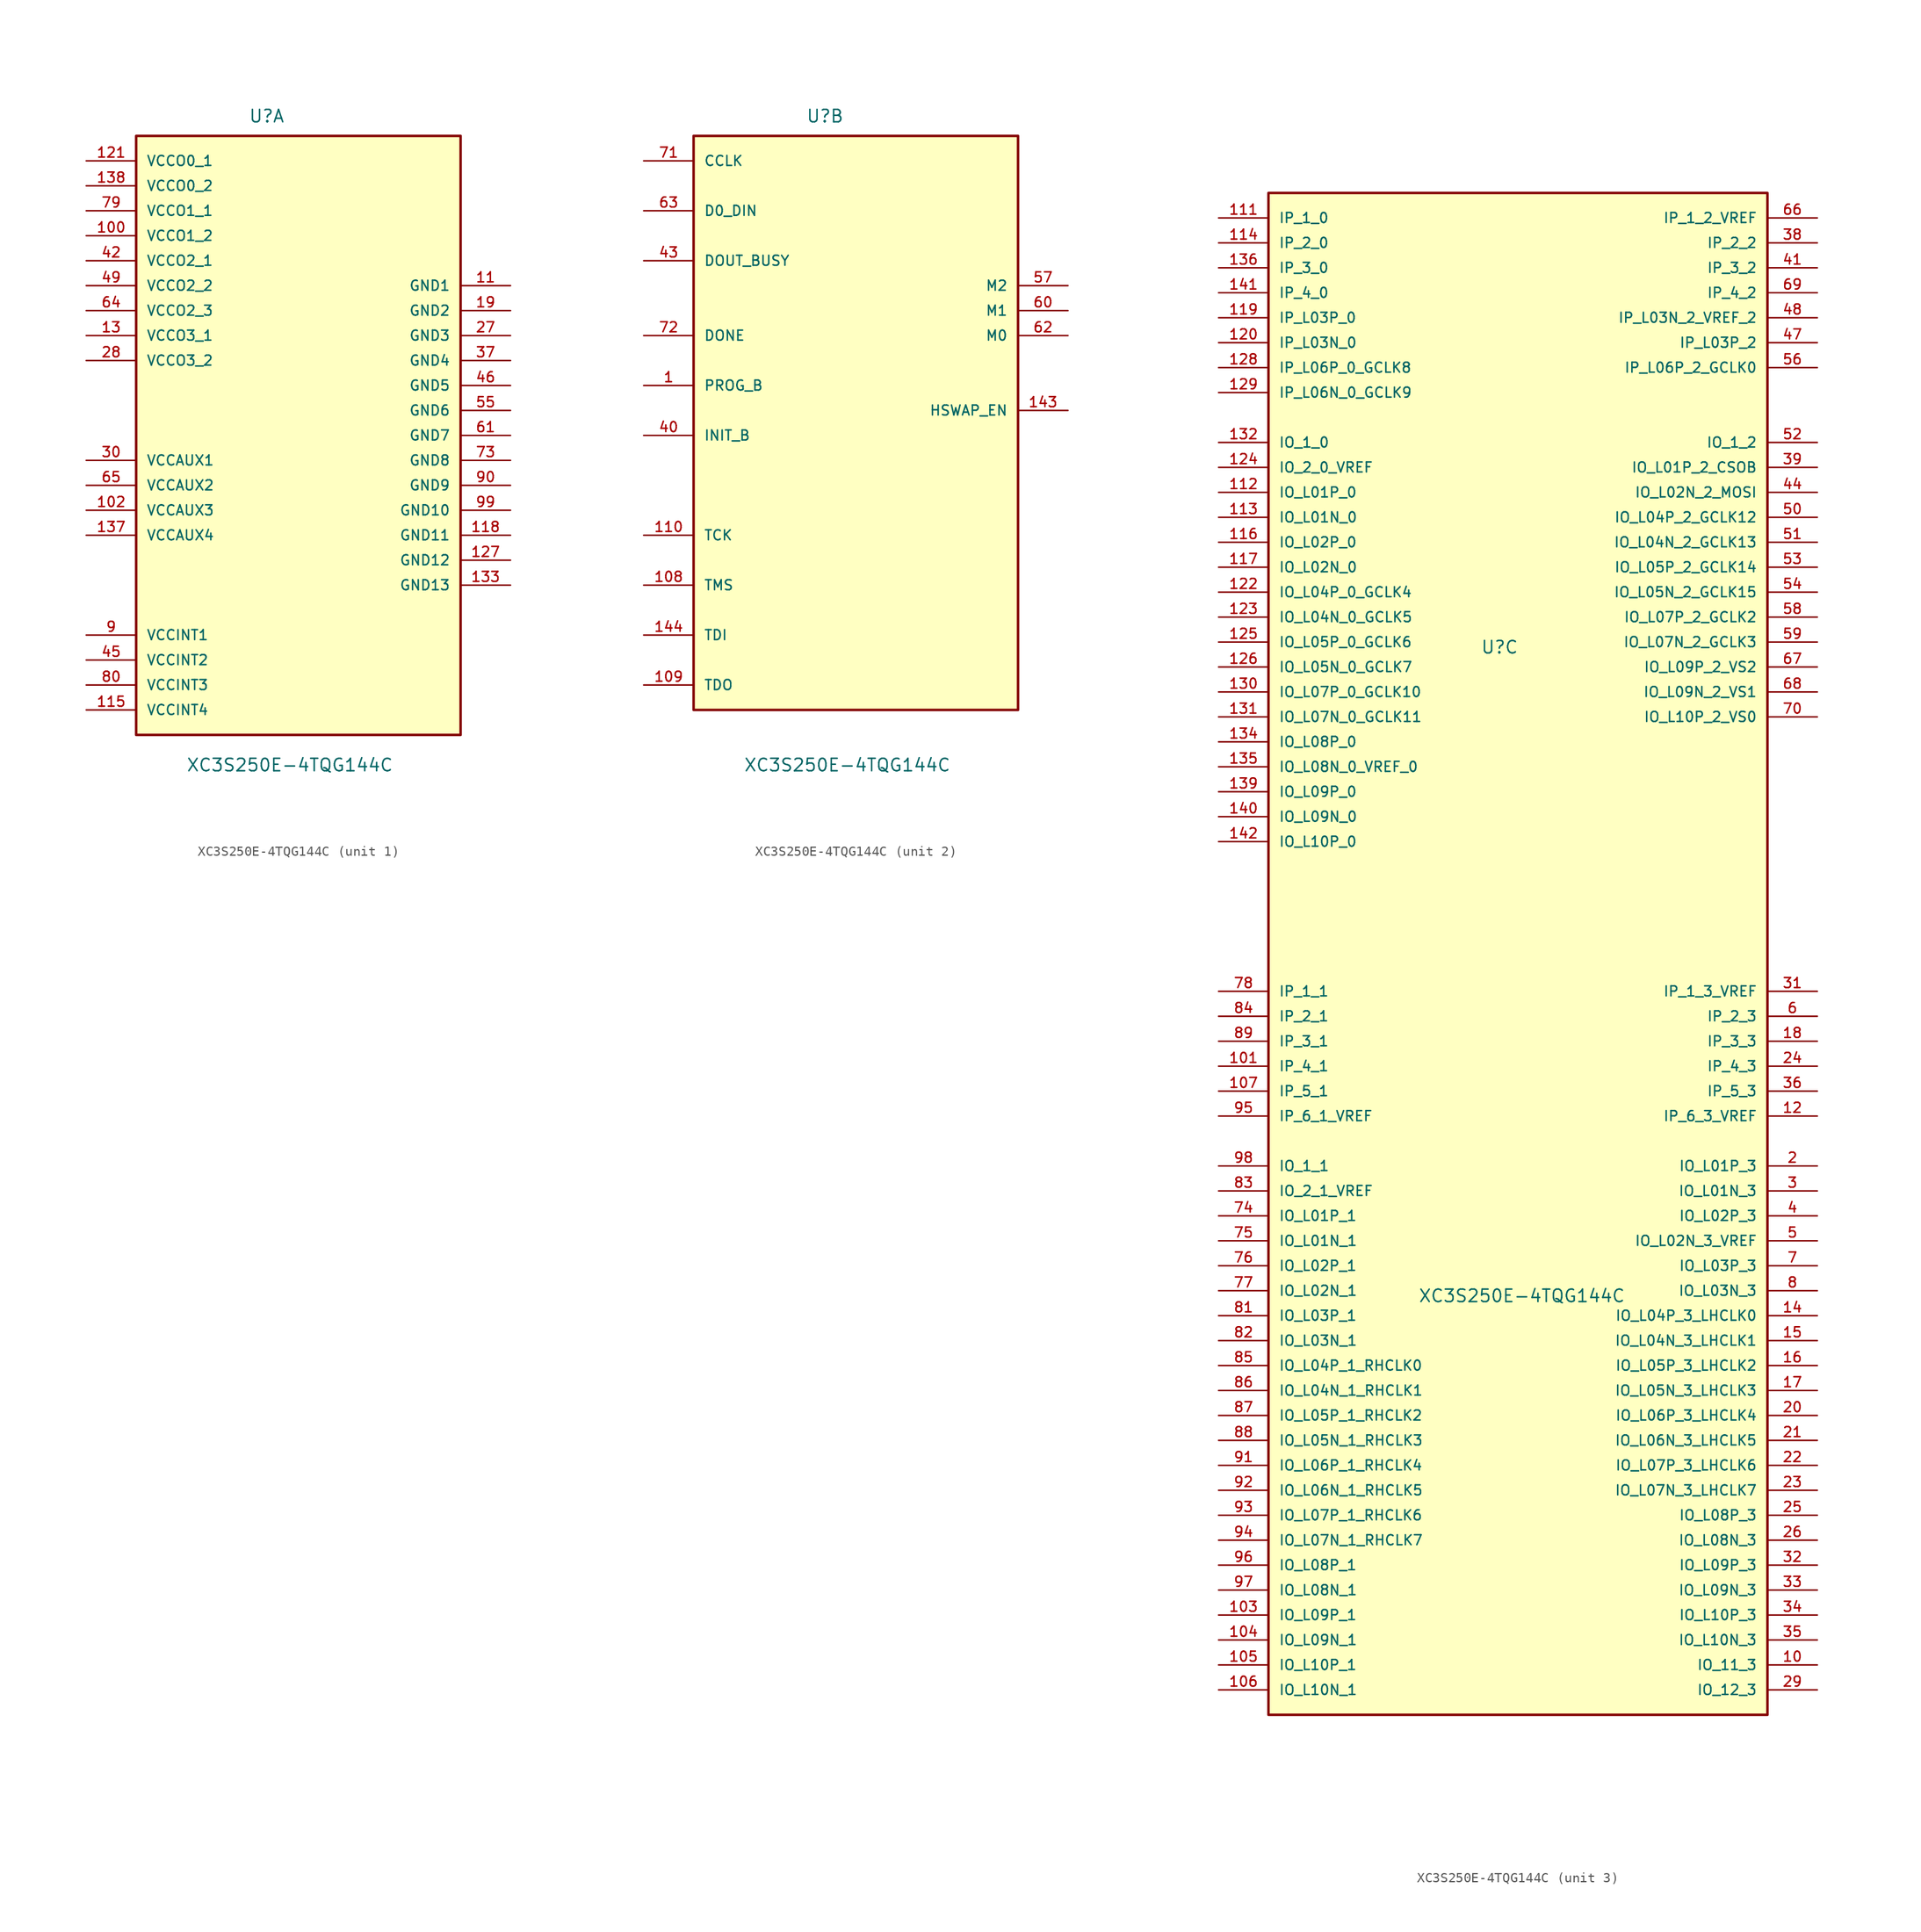
<source format=kicad_sym>
(kicad_symbol_lib
  (version 20211014)
  (generator kicad_symbol_editor)
  (symbol "XC3S250E-4TQG144C"
    (pin_names
      (offset 1.016))
    (property "Reference" "U"
      (at -3.81 31.75 0)
      (effects (font (size 1.27 1.27)) (justify left bottom)))
    (property "Value" "XC3S250E-4TQG144C"
      (at -10.16 -34.29 0)
      (effects (font (size 1.27 1.27)) (justify left bottom)))
    (property "ki_locked" ""
      (at 0 0 0)
      (effects (font (size 1.27 1.27))))
    (symbol "XC3S250E-4TQG144C_1_0"
      (rectangle (start -15.24 -30.48) (end 17.78 30.48) (stroke (width 0.254) (type default) (color 0 0 0 0)) (fill (type background)))
      (pin power_in line (at -20.32 20.32 0) (length 5.08) (name "VCCO1_2" (effects (font (size 1.016 1.016)))) (number "100" (effects (font (size 1.016 1.016)))))
      (pin power_in line (at -20.32 -7.62 0) (length 5.08) (name "VCCAUX3" (effects (font (size 1.016 1.016)))) (number "102" (effects (font (size 1.016 1.016)))))
      (pin power_in line (at 22.86 15.24 180) (length 5.08) (name "GND1" (effects (font (size 1.016 1.016)))) (number "11" (effects (font (size 1.016 1.016)))))
      (pin power_in line (at -20.32 -27.94 0) (length 5.08) (name "VCCINT4" (effects (font (size 1.016 1.016)))) (number "115" (effects (font (size 1.016 1.016)))))
      (pin power_in line (at 22.86 -10.16 180) (length 5.08) (name "GND11" (effects (font (size 1.016 1.016)))) (number "118" (effects (font (size 1.016 1.016)))))
      (pin power_in line (at -20.32 27.94 0) (length 5.08) (name "VCCO0_1" (effects (font (size 1.016 1.016)))) (number "121" (effects (font (size 1.016 1.016)))))
      (pin power_in line (at 22.86 -12.7 180) (length 5.08) (name "GND12" (effects (font (size 1.016 1.016)))) (number "127" (effects (font (size 1.016 1.016)))))
      (pin power_in line (at -20.32 10.16 0) (length 5.08) (name "VCCO3_1" (effects (font (size 1.016 1.016)))) (number "13" (effects (font (size 1.016 1.016)))))
      (pin power_in line (at 22.86 -15.24 180) (length 5.08) (name "GND13" (effects (font (size 1.016 1.016)))) (number "133" (effects (font (size 1.016 1.016)))))
      (pin power_in line (at -20.32 -10.16 0) (length 5.08) (name "VCCAUX4" (effects (font (size 1.016 1.016)))) (number "137" (effects (font (size 1.016 1.016)))))
      (pin power_in line (at -20.32 25.4 0) (length 5.08) (name "VCCO0_2" (effects (font (size 1.016 1.016)))) (number "138" (effects (font (size 1.016 1.016)))))
      (pin power_in line (at 22.86 12.7 180) (length 5.08) (name "GND2" (effects (font (size 1.016 1.016)))) (number "19" (effects (font (size 1.016 1.016)))))
      (pin power_in line (at 22.86 10.16 180) (length 5.08) (name "GND3" (effects (font (size 1.016 1.016)))) (number "27" (effects (font (size 1.016 1.016)))))
      (pin power_in line (at -20.32 7.62 0) (length 5.08) (name "VCCO3_2" (effects (font (size 1.016 1.016)))) (number "28" (effects (font (size 1.016 1.016)))))
      (pin power_in line (at -20.32 -2.54 0) (length 5.08) (name "VCCAUX1" (effects (font (size 1.016 1.016)))) (number "30" (effects (font (size 1.016 1.016)))))
      (pin power_in line (at 22.86 7.62 180) (length 5.08) (name "GND4" (effects (font (size 1.016 1.016)))) (number "37" (effects (font (size 1.016 1.016)))))
      (pin power_in line (at -20.32 17.78 0) (length 5.08) (name "VCCO2_1" (effects (font (size 1.016 1.016)))) (number "42" (effects (font (size 1.016 1.016)))))
      (pin power_in line (at -20.32 -22.86 0) (length 5.08) (name "VCCINT2" (effects (font (size 1.016 1.016)))) (number "45" (effects (font (size 1.016 1.016)))))
      (pin power_in line (at 22.86 5.08 180) (length 5.08) (name "GND5" (effects (font (size 1.016 1.016)))) (number "46" (effects (font (size 1.016 1.016)))))
      (pin power_in line (at -20.32 15.24 0) (length 5.08) (name "VCCO2_2" (effects (font (size 1.016 1.016)))) (number "49" (effects (font (size 1.016 1.016)))))
      (pin power_in line (at 22.86 2.54 180) (length 5.08) (name "GND6" (effects (font (size 1.016 1.016)))) (number "55" (effects (font (size 1.016 1.016)))))
      (pin power_in line (at 22.86 0 180) (length 5.08) (name "GND7" (effects (font (size 1.016 1.016)))) (number "61" (effects (font (size 1.016 1.016)))))
      (pin power_in line (at -20.32 12.7 0) (length 5.08) (name "VCCO2_3" (effects (font (size 1.016 1.016)))) (number "64" (effects (font (size 1.016 1.016)))))
      (pin power_in line (at -20.32 -5.08 0) (length 5.08) (name "VCCAUX2" (effects (font (size 1.016 1.016)))) (number "65" (effects (font (size 1.016 1.016)))))
      (pin power_in line (at 22.86 -2.54 180) (length 5.08) (name "GND8" (effects (font (size 1.016 1.016)))) (number "73" (effects (font (size 1.016 1.016)))))
      (pin power_in line (at -20.32 22.86 0) (length 5.08) (name "VCCO1_1" (effects (font (size 1.016 1.016)))) (number "79" (effects (font (size 1.016 1.016)))))
      (pin power_in line (at -20.32 -25.4 0) (length 5.08) (name "VCCINT3" (effects (font (size 1.016 1.016)))) (number "80" (effects (font (size 1.016 1.016)))))
      (pin power_in line (at -20.32 -20.32 0) (length 5.08) (name "VCCINT1" (effects (font (size 1.016 1.016)))) (number "9" (effects (font (size 1.016 1.016)))))
      (pin power_in line (at 22.86 -5.08 180) (length 5.08) (name "GND9" (effects (font (size 1.016 1.016)))) (number "90" (effects (font (size 1.016 1.016)))))
      (pin power_in line (at 22.86 -7.62 180) (length 5.08) (name "GND10" (effects (font (size 1.016 1.016)))) (number "99" (effects (font (size 1.016 1.016))))))
    (symbol "XC3S250E-4TQG144C_2_0"
      (rectangle (start -15.24 -27.94) (end 17.78 30.48) (stroke (width 0.254) (type default) (color 0 0 0 0)) (fill (type background)))
      (pin passive line (at -20.32 5.08 0) (length 5.08) (name "PROG_B" (effects (font (size 1.016 1.016)))) (number "1" (effects (font (size 1.016 1.016)))))
      (pin passive line (at -20.32 -15.24 0) (length 5.08) (name "TMS" (effects (font (size 1.016 1.016)))) (number "108" (effects (font (size 1.016 1.016)))))
      (pin passive line (at -20.32 -25.4 0) (length 5.08) (name "TDO" (effects (font (size 1.016 1.016)))) (number "109" (effects (font (size 1.016 1.016)))))
      (pin passive line (at -20.32 -10.16 0) (length 5.08) (name "TCK" (effects (font (size 1.016 1.016)))) (number "110" (effects (font (size 1.016 1.016)))))
      (pin passive line (at 22.86 2.54 180) (length 5.08) (name "HSWAP_EN" (effects (font (size 1.016 1.016)))) (number "143" (effects (font (size 1.016 1.016)))))
      (pin passive line (at -20.32 -20.32 0) (length 5.08) (name "TDI" (effects (font (size 1.016 1.016)))) (number "144" (effects (font (size 1.016 1.016)))))
      (pin passive line (at -20.32 0 0) (length 5.08) (name "INIT_B" (effects (font (size 1.016 1.016)))) (number "40" (effects (font (size 1.016 1.016)))))
      (pin passive line (at -20.32 17.78 0) (length 5.08) (name "DOUT_BUSY" (effects (font (size 1.016 1.016)))) (number "43" (effects (font (size 1.016 1.016)))))
      (pin passive line (at 22.86 15.24 180) (length 5.08) (name "M2" (effects (font (size 1.016 1.016)))) (number "57" (effects (font (size 1.016 1.016)))))
      (pin passive line (at 22.86 12.7 180) (length 5.08) (name "M1" (effects (font (size 1.016 1.016)))) (number "60" (effects (font (size 1.016 1.016)))))
      (pin passive line (at 22.86 10.16 180) (length 5.08) (name "M0" (effects (font (size 1.016 1.016)))) (number "62" (effects (font (size 1.016 1.016)))))
      (pin passive line (at -20.32 22.86 0) (length 5.08) (name "D0_DIN" (effects (font (size 1.016 1.016)))) (number "63" (effects (font (size 1.016 1.016)))))
      (pin passive line (at -20.32 27.94 0) (length 5.08) (name "CCLK" (effects (font (size 1.016 1.016)))) (number "71" (effects (font (size 1.016 1.016)))))
      (pin passive line (at -20.32 10.16 0) (length 5.08) (name "DONE" (effects (font (size 1.016 1.016)))) (number "72" (effects (font (size 1.016 1.016))))))
    (symbol "XC3S250E-4TQG144C_3_0"
      (rectangle (start -25.4 -76.2) (end 25.4 78.74) (stroke (width 0.254) (type default) (color 0 0 0 0)) (fill (type background)))
      (pin bidirectional line (at 30.48 -71.12 180) (length 5.08) (name "IO_11_3" (effects (font (size 1.016 1.016)))) (number "10" (effects (font (size 1.016 1.016)))))
      (pin input line (at -30.48 -10.16 0) (length 5.08) (name "IP_4_1" (effects (font (size 1.016 1.016)))) (number "101" (effects (font (size 1.016 1.016)))))
      (pin bidirectional line (at -30.48 -66.04 0) (length 5.08) (name "IO_L09P_1" (effects (font (size 1.016 1.016)))) (number "103" (effects (font (size 1.016 1.016)))))
      (pin bidirectional line (at -30.48 -68.58 0) (length 5.08) (name "IO_L09N_1" (effects (font (size 1.016 1.016)))) (number "104" (effects (font (size 1.016 1.016)))))
      (pin bidirectional line (at -30.48 -71.12 0) (length 5.08) (name "IO_L10P_1" (effects (font (size 1.016 1.016)))) (number "105" (effects (font (size 1.016 1.016)))))
      (pin bidirectional line (at -30.48 -73.66 0) (length 5.08) (name "IO_L10N_1" (effects (font (size 1.016 1.016)))) (number "106" (effects (font (size 1.016 1.016)))))
      (pin input line (at -30.48 -12.7 0) (length 5.08) (name "IP_5_1" (effects (font (size 1.016 1.016)))) (number "107" (effects (font (size 1.016 1.016)))))
      (pin input line (at -30.48 76.2 0) (length 5.08) (name "IP_1_0" (effects (font (size 1.016 1.016)))) (number "111" (effects (font (size 1.016 1.016)))))
      (pin bidirectional line (at -30.48 48.26 0) (length 5.08) (name "IO_L01P_0" (effects (font (size 1.016 1.016)))) (number "112" (effects (font (size 1.016 1.016)))))
      (pin bidirectional line (at -30.48 45.72 0) (length 5.08) (name "IO_L01N_0" (effects (font (size 1.016 1.016)))) (number "113" (effects (font (size 1.016 1.016)))))
      (pin input line (at -30.48 73.66 0) (length 5.08) (name "IP_2_0" (effects (font (size 1.016 1.016)))) (number "114" (effects (font (size 1.016 1.016)))))
      (pin bidirectional line (at -30.48 43.18 0) (length 5.08) (name "IO_L02P_0" (effects (font (size 1.016 1.016)))) (number "116" (effects (font (size 1.016 1.016)))))
      (pin bidirectional line (at -30.48 40.64 0) (length 5.08) (name "IO_L02N_0" (effects (font (size 1.016 1.016)))) (number "117" (effects (font (size 1.016 1.016)))))
      (pin input line (at -30.48 66.04 0) (length 5.08) (name "IP_L03P_0" (effects (font (size 1.016 1.016)))) (number "119" (effects (font (size 1.016 1.016)))))
      (pin input line (at 30.48 -15.24 180) (length 5.08) (name "IP_6_3_VREF" (effects (font (size 1.016 1.016)))) (number "12" (effects (font (size 1.016 1.016)))))
      (pin input line (at -30.48 63.5 0) (length 5.08) (name "IP_L03N_0" (effects (font (size 1.016 1.016)))) (number "120" (effects (font (size 1.016 1.016)))))
      (pin bidirectional line (at -30.48 38.1 0) (length 5.08) (name "IO_L04P_0_GCLK4" (effects (font (size 1.016 1.016)))) (number "122" (effects (font (size 1.016 1.016)))))
      (pin bidirectional line (at -30.48 35.56 0) (length 5.08) (name "IO_L04N_0_GCLK5" (effects (font (size 1.016 1.016)))) (number "123" (effects (font (size 1.016 1.016)))))
      (pin bidirectional line (at -30.48 50.8 0) (length 5.08) (name "IO_2_0_VREF" (effects (font (size 1.016 1.016)))) (number "124" (effects (font (size 1.016 1.016)))))
      (pin bidirectional line (at -30.48 33.02 0) (length 5.08) (name "IO_L05P_0_GCLK6" (effects (font (size 1.016 1.016)))) (number "125" (effects (font (size 1.016 1.016)))))
      (pin bidirectional line (at -30.48 30.48 0) (length 5.08) (name "IO_L05N_0_GCLK7" (effects (font (size 1.016 1.016)))) (number "126" (effects (font (size 1.016 1.016)))))
      (pin input line (at -30.48 60.96 0) (length 5.08) (name "IP_L06P_0_GCLK8" (effects (font (size 1.016 1.016)))) (number "128" (effects (font (size 1.016 1.016)))))
      (pin input line (at -30.48 58.42 0) (length 5.08) (name "IP_L06N_0_GCLK9" (effects (font (size 1.016 1.016)))) (number "129" (effects (font (size 1.016 1.016)))))
      (pin bidirectional line (at -30.48 27.94 0) (length 5.08) (name "IO_L07P_0_GCLK10" (effects (font (size 1.016 1.016)))) (number "130" (effects (font (size 1.016 1.016)))))
      (pin bidirectional line (at -30.48 25.4 0) (length 5.08) (name "IO_L07N_0_GCLK11" (effects (font (size 1.016 1.016)))) (number "131" (effects (font (size 1.016 1.016)))))
      (pin bidirectional line (at -30.48 53.34 0) (length 5.08) (name "IO_1_0" (effects (font (size 1.016 1.016)))) (number "132" (effects (font (size 1.016 1.016)))))
      (pin bidirectional line (at -30.48 22.86 0) (length 5.08) (name "IO_L08P_0" (effects (font (size 1.016 1.016)))) (number "134" (effects (font (size 1.016 1.016)))))
      (pin bidirectional line (at -30.48 20.32 0) (length 5.08) (name "IO_L08N_0_VREF_0" (effects (font (size 1.016 1.016)))) (number "135" (effects (font (size 1.016 1.016)))))
      (pin input line (at -30.48 71.12 0) (length 5.08) (name "IP_3_0" (effects (font (size 1.016 1.016)))) (number "136" (effects (font (size 1.016 1.016)))))
      (pin bidirectional line (at -30.48 17.78 0) (length 5.08) (name "IO_L09P_0" (effects (font (size 1.016 1.016)))) (number "139" (effects (font (size 1.016 1.016)))))
      (pin bidirectional line (at 30.48 -35.56 180) (length 5.08) (name "IO_L04P_3_LHCLK0" (effects (font (size 1.016 1.016)))) (number "14" (effects (font (size 1.016 1.016)))))
      (pin bidirectional line (at -30.48 15.24 0) (length 5.08) (name "IO_L09N_0" (effects (font (size 1.016 1.016)))) (number "140" (effects (font (size 1.016 1.016)))))
      (pin input line (at -30.48 68.58 0) (length 5.08) (name "IP_4_0" (effects (font (size 1.016 1.016)))) (number "141" (effects (font (size 1.016 1.016)))))
      (pin bidirectional line (at -30.48 12.7 0) (length 5.08) (name "IO_L10P_0" (effects (font (size 1.016 1.016)))) (number "142" (effects (font (size 1.016 1.016)))))
      (pin bidirectional line (at 30.48 -38.1 180) (length 5.08) (name "IO_L04N_3_LHCLK1" (effects (font (size 1.016 1.016)))) (number "15" (effects (font (size 1.016 1.016)))))
      (pin bidirectional line (at 30.48 -40.64 180) (length 5.08) (name "IO_L05P_3_LHCLK2" (effects (font (size 1.016 1.016)))) (number "16" (effects (font (size 1.016 1.016)))))
      (pin bidirectional line (at 30.48 -43.18 180) (length 5.08) (name "IO_L05N_3_LHCLK3" (effects (font (size 1.016 1.016)))) (number "17" (effects (font (size 1.016 1.016)))))
      (pin input line (at 30.48 -7.62 180) (length 5.08) (name "IP_3_3" (effects (font (size 1.016 1.016)))) (number "18" (effects (font (size 1.016 1.016)))))
      (pin bidirectional line (at 30.48 -20.32 180) (length 5.08) (name "IO_L01P_3" (effects (font (size 1.016 1.016)))) (number "2" (effects (font (size 1.016 1.016)))))
      (pin bidirectional line (at 30.48 -45.72 180) (length 5.08) (name "IO_L06P_3_LHCLK4" (effects (font (size 1.016 1.016)))) (number "20" (effects (font (size 1.016 1.016)))))
      (pin bidirectional line (at 30.48 -48.26 180) (length 5.08) (name "IO_L06N_3_LHCLK5" (effects (font (size 1.016 1.016)))) (number "21" (effects (font (size 1.016 1.016)))))
      (pin bidirectional line (at 30.48 -50.8 180) (length 5.08) (name "IO_L07P_3_LHCLK6" (effects (font (size 1.016 1.016)))) (number "22" (effects (font (size 1.016 1.016)))))
      (pin bidirectional line (at 30.48 -53.34 180) (length 5.08) (name "IO_L07N_3_LHCLK7" (effects (font (size 1.016 1.016)))) (number "23" (effects (font (size 1.016 1.016)))))
      (pin input line (at 30.48 -10.16 180) (length 5.08) (name "IP_4_3" (effects (font (size 1.016 1.016)))) (number "24" (effects (font (size 1.016 1.016)))))
      (pin bidirectional line (at 30.48 -55.88 180) (length 5.08) (name "IO_L08P_3" (effects (font (size 1.016 1.016)))) (number "25" (effects (font (size 1.016 1.016)))))
      (pin bidirectional line (at 30.48 -58.42 180) (length 5.08) (name "IO_L08N_3" (effects (font (size 1.016 1.016)))) (number "26" (effects (font (size 1.016 1.016)))))
      (pin bidirectional line (at 30.48 -73.66 180) (length 5.08) (name "IO_12_3" (effects (font (size 1.016 1.016)))) (number "29" (effects (font (size 1.016 1.016)))))
      (pin bidirectional line (at 30.48 -22.86 180) (length 5.08) (name "IO_L01N_3" (effects (font (size 1.016 1.016)))) (number "3" (effects (font (size 1.016 1.016)))))
      (pin input line (at 30.48 -2.54 180) (length 5.08) (name "IP_1_3_VREF" (effects (font (size 1.016 1.016)))) (number "31" (effects (font (size 1.016 1.016)))))
      (pin bidirectional line (at 30.48 -60.96 180) (length 5.08) (name "IO_L09P_3" (effects (font (size 1.016 1.016)))) (number "32" (effects (font (size 1.016 1.016)))))
      (pin bidirectional line (at 30.48 -63.5 180) (length 5.08) (name "IO_L09N_3" (effects (font (size 1.016 1.016)))) (number "33" (effects (font (size 1.016 1.016)))))
      (pin bidirectional line (at 30.48 -66.04 180) (length 5.08) (name "IO_L10P_3" (effects (font (size 1.016 1.016)))) (number "34" (effects (font (size 1.016 1.016)))))
      (pin bidirectional line (at 30.48 -68.58 180) (length 5.08) (name "IO_L10N_3" (effects (font (size 1.016 1.016)))) (number "35" (effects (font (size 1.016 1.016)))))
      (pin input line (at 30.48 -12.7 180) (length 5.08) (name "IP_5_3" (effects (font (size 1.016 1.016)))) (number "36" (effects (font (size 1.016 1.016)))))
      (pin input line (at 30.48 73.66 180) (length 5.08) (name "IP_2_2" (effects (font (size 1.016 1.016)))) (number "38" (effects (font (size 1.016 1.016)))))
      (pin bidirectional line (at 30.48 50.8 180) (length 5.08) (name "IO_L01P_2_CSOB" (effects (font (size 1.016 1.016)))) (number "39" (effects (font (size 1.016 1.016)))))
      (pin bidirectional line (at 30.48 -25.4 180) (length 5.08) (name "IO_L02P_3" (effects (font (size 1.016 1.016)))) (number "4" (effects (font (size 1.016 1.016)))))
      (pin input line (at 30.48 71.12 180) (length 5.08) (name "IP_3_2" (effects (font (size 1.016 1.016)))) (number "41" (effects (font (size 1.016 1.016)))))
      (pin bidirectional line (at 30.48 48.26 180) (length 5.08) (name "IO_L02N_2_MOSI" (effects (font (size 1.016 1.016)))) (number "44" (effects (font (size 1.016 1.016)))))
      (pin input line (at 30.48 63.5 180) (length 5.08) (name "IP_L03P_2" (effects (font (size 1.016 1.016)))) (number "47" (effects (font (size 1.016 1.016)))))
      (pin input line (at 30.48 66.04 180) (length 5.08) (name "IP_L03N_2_VREF_2" (effects (font (size 1.016 1.016)))) (number "48" (effects (font (size 1.016 1.016)))))
      (pin bidirectional line (at 30.48 -27.94 180) (length 5.08) (name "IO_L02N_3_VREF" (effects (font (size 1.016 1.016)))) (number "5" (effects (font (size 1.016 1.016)))))
      (pin bidirectional line (at 30.48 45.72 180) (length 5.08) (name "IO_L04P_2_GCLK12" (effects (font (size 1.016 1.016)))) (number "50" (effects (font (size 1.016 1.016)))))
      (pin bidirectional line (at 30.48 43.18 180) (length 5.08) (name "IO_L04N_2_GCLK13" (effects (font (size 1.016 1.016)))) (number "51" (effects (font (size 1.016 1.016)))))
      (pin bidirectional line (at 30.48 53.34 180) (length 5.08) (name "IO_1_2" (effects (font (size 1.016 1.016)))) (number "52" (effects (font (size 1.016 1.016)))))
      (pin bidirectional line (at 30.48 40.64 180) (length 5.08) (name "IO_L05P_2_GCLK14" (effects (font (size 1.016 1.016)))) (number "53" (effects (font (size 1.016 1.016)))))
      (pin bidirectional line (at 30.48 38.1 180) (length 5.08) (name "IO_L05N_2_GCLK15" (effects (font (size 1.016 1.016)))) (number "54" (effects (font (size 1.016 1.016)))))
      (pin input line (at 30.48 60.96 180) (length 5.08) (name "IP_L06P_2_GCLK0" (effects (font (size 1.016 1.016)))) (number "56" (effects (font (size 1.016 1.016)))))
      (pin bidirectional line (at 30.48 35.56 180) (length 5.08) (name "IO_L07P_2_GCLK2" (effects (font (size 1.016 1.016)))) (number "58" (effects (font (size 1.016 1.016)))))
      (pin bidirectional line (at 30.48 33.02 180) (length 5.08) (name "IO_L07N_2_GCLK3" (effects (font (size 1.016 1.016)))) (number "59" (effects (font (size 1.016 1.016)))))
      (pin input line (at 30.48 -5.08 180) (length 5.08) (name "IP_2_3" (effects (font (size 1.016 1.016)))) (number "6" (effects (font (size 1.016 1.016)))))
      (pin input line (at 30.48 76.2 180) (length 5.08) (name "IP_1_2_VREF" (effects (font (size 1.016 1.016)))) (number "66" (effects (font (size 1.016 1.016)))))
      (pin bidirectional line (at 30.48 30.48 180) (length 5.08) (name "IO_L09P_2_VS2" (effects (font (size 1.016 1.016)))) (number "67" (effects (font (size 1.016 1.016)))))
      (pin bidirectional line (at 30.48 27.94 180) (length 5.08) (name "IO_L09N_2_VS1" (effects (font (size 1.016 1.016)))) (number "68" (effects (font (size 1.016 1.016)))))
      (pin input line (at 30.48 68.58 180) (length 5.08) (name "IP_4_2" (effects (font (size 1.016 1.016)))) (number "69" (effects (font (size 1.016 1.016)))))
      (pin bidirectional line (at 30.48 -30.48 180) (length 5.08) (name "IO_L03P_3" (effects (font (size 1.016 1.016)))) (number "7" (effects (font (size 1.016 1.016)))))
      (pin bidirectional line (at 30.48 25.4 180) (length 5.08) (name "IO_L10P_2_VS0" (effects (font (size 1.016 1.016)))) (number "70" (effects (font (size 1.016 1.016)))))
      (pin bidirectional line (at -30.48 -25.4 0) (length 5.08) (name "IO_L01P_1" (effects (font (size 1.016 1.016)))) (number "74" (effects (font (size 1.016 1.016)))))
      (pin bidirectional line (at -30.48 -27.94 0) (length 5.08) (name "IO_L01N_1" (effects (font (size 1.016 1.016)))) (number "75" (effects (font (size 1.016 1.016)))))
      (pin bidirectional line (at -30.48 -30.48 0) (length 5.08) (name "IO_L02P_1" (effects (font (size 1.016 1.016)))) (number "76" (effects (font (size 1.016 1.016)))))
      (pin bidirectional line (at -30.48 -33.02 0) (length 5.08) (name "IO_L02N_1" (effects (font (size 1.016 1.016)))) (number "77" (effects (font (size 1.016 1.016)))))
      (pin input line (at -30.48 -2.54 0) (length 5.08) (name "IP_1_1" (effects (font (size 1.016 1.016)))) (number "78" (effects (font (size 1.016 1.016)))))
      (pin bidirectional line (at 30.48 -33.02 180) (length 5.08) (name "IO_L03N_3" (effects (font (size 1.016 1.016)))) (number "8" (effects (font (size 1.016 1.016)))))
      (pin bidirectional line (at -30.48 -35.56 0) (length 5.08) (name "IO_L03P_1" (effects (font (size 1.016 1.016)))) (number "81" (effects (font (size 1.016 1.016)))))
      (pin bidirectional line (at -30.48 -38.1 0) (length 5.08) (name "IO_L03N_1" (effects (font (size 1.016 1.016)))) (number "82" (effects (font (size 1.016 1.016)))))
      (pin bidirectional line (at -30.48 -22.86 0) (length 5.08) (name "IO_2_1_VREF" (effects (font (size 1.016 1.016)))) (number "83" (effects (font (size 1.016 1.016)))))
      (pin input line (at -30.48 -5.08 0) (length 5.08) (name "IP_2_1" (effects (font (size 1.016 1.016)))) (number "84" (effects (font (size 1.016 1.016)))))
      (pin bidirectional line (at -30.48 -40.64 0) (length 5.08) (name "IO_L04P_1_RHCLK0" (effects (font (size 1.016 1.016)))) (number "85" (effects (font (size 1.016 1.016)))))
      (pin bidirectional line (at -30.48 -43.18 0) (length 5.08) (name "IO_L04N_1_RHCLK1" (effects (font (size 1.016 1.016)))) (number "86" (effects (font (size 1.016 1.016)))))
      (pin bidirectional line (at -30.48 -45.72 0) (length 5.08) (name "IO_L05P_1_RHCLK2" (effects (font (size 1.016 1.016)))) (number "87" (effects (font (size 1.016 1.016)))))
      (pin bidirectional line (at -30.48 -48.26 0) (length 5.08) (name "IO_L05N_1_RHCLK3" (effects (font (size 1.016 1.016)))) (number "88" (effects (font (size 1.016 1.016)))))
      (pin input line (at -30.48 -7.62 0) (length 5.08) (name "IP_3_1" (effects (font (size 1.016 1.016)))) (number "89" (effects (font (size 1.016 1.016)))))
      (pin bidirectional line (at -30.48 -50.8 0) (length 5.08) (name "IO_L06P_1_RHCLK4" (effects (font (size 1.016 1.016)))) (number "91" (effects (font (size 1.016 1.016)))))
      (pin bidirectional line (at -30.48 -53.34 0) (length 5.08) (name "IO_L06N_1_RHCLK5" (effects (font (size 1.016 1.016)))) (number "92" (effects (font (size 1.016 1.016)))))
      (pin bidirectional line (at -30.48 -55.88 0) (length 5.08) (name "IO_L07P_1_RHCLK6" (effects (font (size 1.016 1.016)))) (number "93" (effects (font (size 1.016 1.016)))))
      (pin bidirectional line (at -30.48 -58.42 0) (length 5.08) (name "IO_L07N_1_RHCLK7" (effects (font (size 1.016 1.016)))) (number "94" (effects (font (size 1.016 1.016)))))
      (pin input line (at -30.48 -15.24 0) (length 5.08) (name "IP_6_1_VREF" (effects (font (size 1.016 1.016)))) (number "95" (effects (font (size 1.016 1.016)))))
      (pin bidirectional line (at -30.48 -60.96 0) (length 5.08) (name "IO_L08P_1" (effects (font (size 1.016 1.016)))) (number "96" (effects (font (size 1.016 1.016)))))
      (pin bidirectional line (at -30.48 -63.5 0) (length 5.08) (name "IO_L08N_1" (effects (font (size 1.016 1.016)))) (number "97" (effects (font (size 1.016 1.016)))))
      (pin bidirectional line (at -30.48 -20.32 0) (length 5.08) (name "IO_1_1" (effects (font (size 1.016 1.016)))) (number "98" (effects (font (size 1.016 1.016))))))))
</source>
